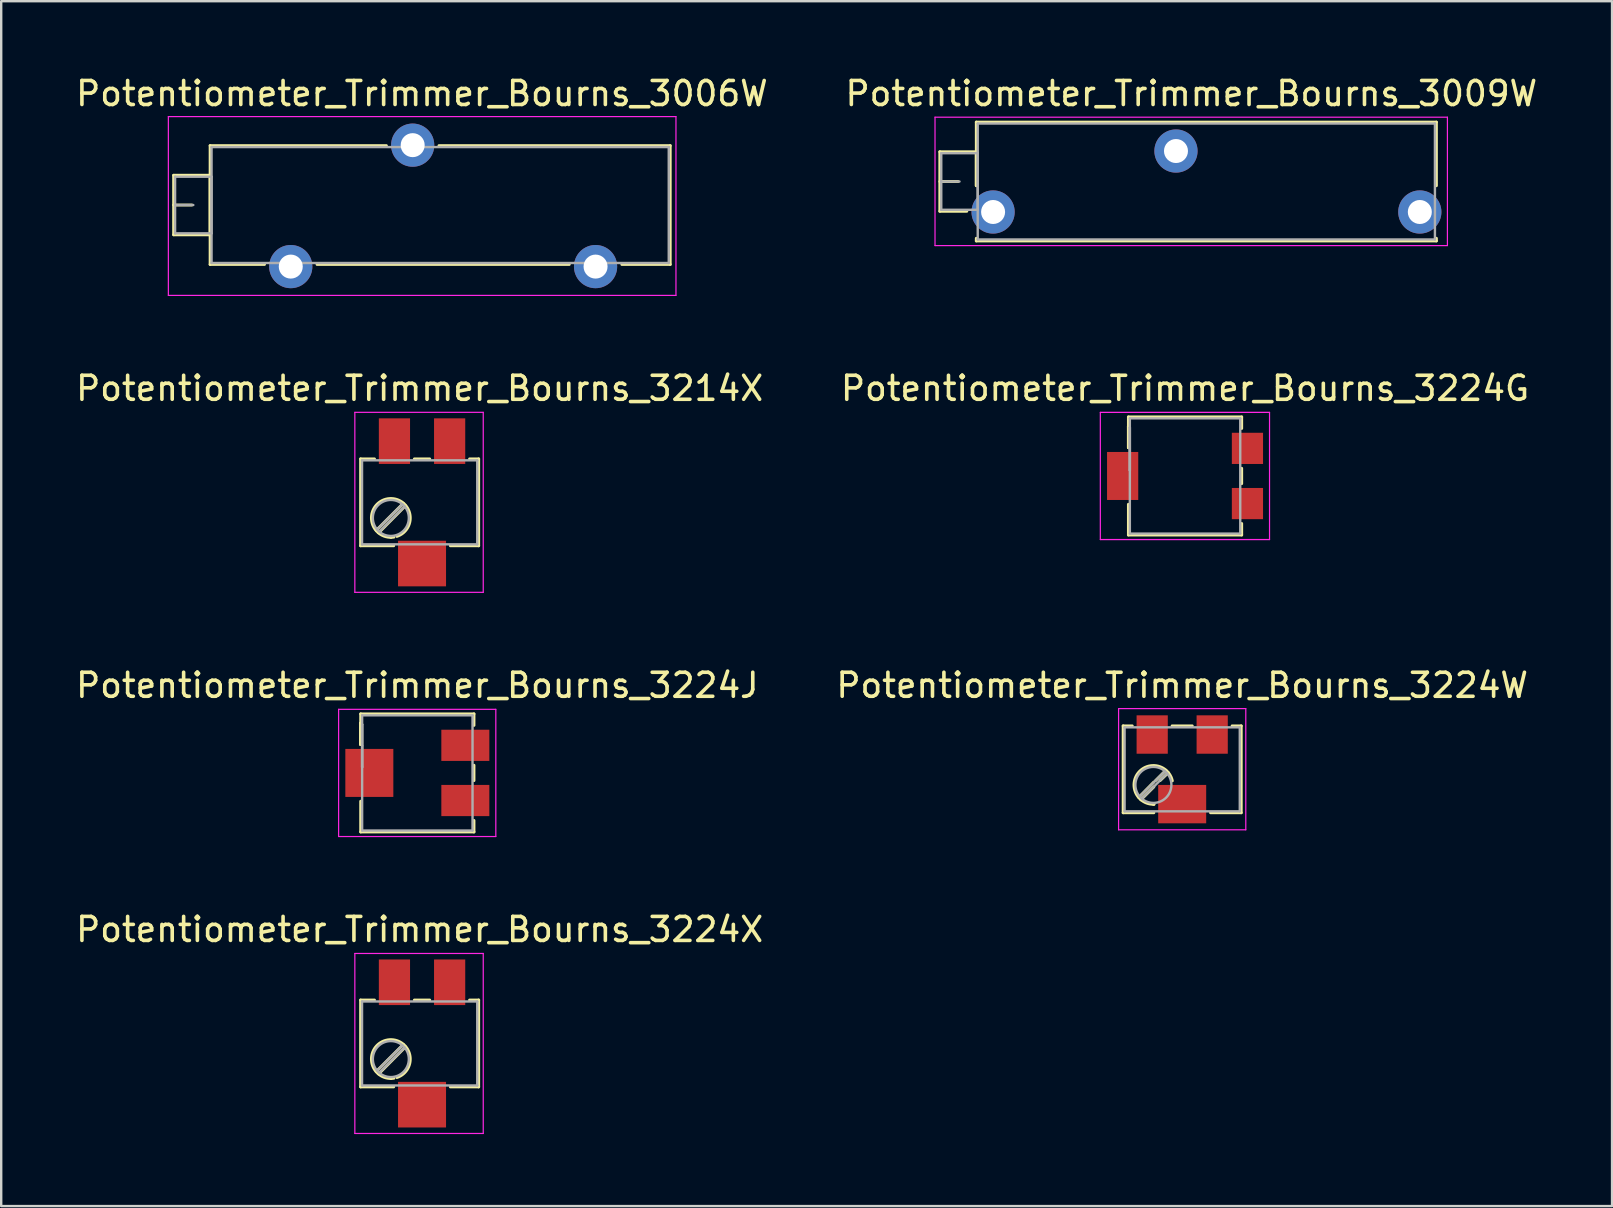
<source format=kicad_pcb>
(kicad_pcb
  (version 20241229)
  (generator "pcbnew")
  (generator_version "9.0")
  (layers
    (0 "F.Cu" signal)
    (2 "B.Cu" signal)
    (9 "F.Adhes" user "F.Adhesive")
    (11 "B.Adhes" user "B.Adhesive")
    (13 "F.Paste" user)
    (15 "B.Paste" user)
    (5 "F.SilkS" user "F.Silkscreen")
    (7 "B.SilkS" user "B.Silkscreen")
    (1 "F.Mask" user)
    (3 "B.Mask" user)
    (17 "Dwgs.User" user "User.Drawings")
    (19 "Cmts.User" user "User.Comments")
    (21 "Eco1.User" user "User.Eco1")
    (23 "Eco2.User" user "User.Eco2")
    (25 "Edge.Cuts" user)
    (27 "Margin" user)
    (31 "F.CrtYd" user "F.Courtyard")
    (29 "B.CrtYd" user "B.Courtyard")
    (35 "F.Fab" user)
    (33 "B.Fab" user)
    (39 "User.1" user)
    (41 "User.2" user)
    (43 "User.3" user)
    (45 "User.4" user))
  (footprint "Potentiometer_Trimmer_Bourns_3224G"
    (layer "F.Cu")
    (at 46.327 16.782)
    (property "Reference" "Potentiometer_Trimmer_Bourns_3224G" (at 0 -3.65 0) (layer "F.SilkS") (effects (font (size 1 1) (thickness 0.15))))
    (attr smd)
    (fp_line (start -2.36 -2.46) (end -2.36 -1.18) (stroke (width 0.12) (type solid)) (layer "F.SilkS"))
    (fp_line (start -2.36 -2.46) (end 2.36 -2.46) (stroke (width 0.12) (type solid)) (layer "F.SilkS"))
    (fp_line (start -2.36 -2.08) (end -2.36 -2.08) (stroke (width 0.12) (type solid)) (layer "F.SilkS"))
    (fp_line (start -2.36 -2.08) (end -2.36 -1.18) (stroke (width 0.12) (type solid)) (layer "F.SilkS"))
    (fp_line (start -2.36 -2.08) (end -2.36 -1.18) (stroke (width 0.12) (type solid)) (layer "F.SilkS"))
    (fp_line (start -2.36 1.18) (end -2.36 2.46) (stroke (width 0.12) (type solid)) (layer "F.SilkS"))
    (fp_line (start -2.36 2.46) (end 2.36 2.46) (stroke (width 0.12) (type solid)) (layer "F.SilkS"))
    (fp_line (start 2.36 -2.46) (end 2.36 -1.98) (stroke (width 0.12) (type solid)) (layer "F.SilkS"))
    (fp_line (start 2.36 -0.32) (end 2.36 0.32) (stroke (width 0.12) (type solid)) (layer "F.SilkS"))
    (fp_line (start 2.36 1.98) (end 2.36 2.46) (stroke (width 0.12) (type solid)) (layer "F.SilkS"))
    (fp_line (start -3.53 -2.65) (end -3.53 2.65) (stroke (width 0.05) (type solid)) (layer "F.CrtYd"))
    (fp_line (start -3.53 2.65) (end 3.52 2.65) (stroke (width 0.05) (type solid)) (layer "F.CrtYd"))
    (fp_line (start 3.52 -2.65) (end -3.53 -2.65) (stroke (width 0.05) (type solid)) (layer "F.CrtYd"))
    (fp_line (start 3.52 2.65) (end 3.52 -2.65) (stroke (width 0.05) (type solid)) (layer "F.CrtYd"))
    (fp_line (start -2.3 -2.4) (end -2.3 2.4) (stroke (width 0.1) (type solid)) (layer "F.Fab"))
    (fp_line (start -2.3 -2.02) (end -2.3 -2.02) (stroke (width 0.1) (type solid)) (layer "F.Fab"))
    (fp_line (start -2.3 -2.02) (end -2.3 -0.24) (stroke (width 0.1) (type solid)) (layer "F.Fab"))
    (fp_line (start -2.3 -1.13) (end -2.3 -1.13) (stroke (width 0.1) (type solid)) (layer "F.Fab"))
    (fp_line (start -2.3 -0.24) (end -2.3 -2.02) (stroke (width 0.1) (type solid)) (layer "F.Fab"))
    (fp_line (start -2.3 -0.24) (end -2.3 -0.24) (stroke (width 0.1) (type solid)) (layer "F.Fab"))
    (fp_line (start -2.3 2.4) (end 2.3 2.4) (stroke (width 0.1) (type solid)) (layer "F.Fab"))
    (fp_line (start 2.3 -2.4) (end -2.3 -2.4) (stroke (width 0.1) (type solid)) (layer "F.Fab"))
    (fp_line (start 2.3 2.4) (end 2.3 -2.4) (stroke (width 0.1) (type solid)) (layer "F.Fab"))
    (pad "1" smd rect (at 2.6 -1.15) (size 1.3 1.3) (layers "F.Cu" "F.Mask"))
    (pad "2" smd rect (at -2.6 0) (size 1.3 2) (layers "F.Cu" "F.Mask"))
    (pad "3" smd rect (at 2.6 1.15) (size 1.3 1.3) (layers "F.Cu" "F.Mask")))
  (footprint "Potentiometer_Trimmer_Bourns_3224X"
    (layer "F.Cu")
    (at 14.535 40.428)
    (property "Reference" "Potentiometer_Trimmer_Bourns_3224X" (at -0.1 -4.75 0) (layer "F.SilkS") (effects (font (size 1 1) (thickness 0.15))))
    (attr smd)
    (fp_line (start -2.56 -1.81) (end -2.56 1.81) (stroke (width 0.12) (type solid)) (layer "F.SilkS"))
    (fp_line (start -2.56 -1.81) (end -1.98 -1.81) (stroke (width 0.12) (type solid)) (layer "F.SilkS"))
    (fp_line (start -2.56 1.81) (end -1.18 1.81) (stroke (width 0.12) (type solid)) (layer "F.SilkS"))
    (fp_line (start -0.78 0.04) (end -1.91 1.17) (stroke (width 0.12) (type solid)) (layer "F.SilkS"))
    (fp_line (start -0.69 0.14) (end -1.81 1.27) (stroke (width 0.12) (type solid)) (layer "F.SilkS"))
    (fp_line (start -0.32 -1.81) (end 0.32 -1.81) (stroke (width 0.12) (type solid)) (layer "F.SilkS"))
    (fp_line (start 1.18 1.81) (end 2.36 1.81) (stroke (width 0.12) (type solid)) (layer "F.SilkS"))
    (fp_line (start 1.98 -1.81) (end 2.36 -1.81) (stroke (width 0.12) (type solid)) (layer "F.SilkS"))
    (fp_line (start 2.36 -1.81) (end 2.36 1.81) (stroke (width 0.12) (type solid)) (layer "F.SilkS"))
    (fp_arc (start -1.28605 1.459448) (mid -1.433441 -0.148495) (end -1.05 1.42) (stroke (width 0.12) (type solid)) (layer "F.SilkS"))
    (fp_arc (start -1.173288 1.450028) (mid -1.236448 1.457503) (end -1.3 1.46) (stroke (width 0.12) (type solid)) (layer "F.SilkS"))
    (fp_line (start -2.8 -3.75) (end -2.8 3.75) (stroke (width 0.05) (type solid)) (layer "F.CrtYd"))
    (fp_line (start -2.8 3.75) (end 2.55 3.75) (stroke (width 0.05) (type solid)) (layer "F.CrtYd"))
    (fp_line (start 2.55 -3.75) (end -2.8 -3.75) (stroke (width 0.05) (type solid)) (layer "F.CrtYd"))
    (fp_line (start 2.55 3.75) (end 2.55 -3.75) (stroke (width 0.05) (type solid)) (layer "F.CrtYd"))
    (fp_line (start -2.5 -1.75) (end -2.5 1.75) (stroke (width 0.1) (type solid)) (layer "F.Fab"))
    (fp_line (start -2.5 1.75) (end 2.3 1.75) (stroke (width 0.1) (type solid)) (layer "F.Fab"))
    (fp_line (start -0.82 0.08) (end -1.87 1.13) (stroke (width 0.1) (type solid)) (layer "F.Fab"))
    (fp_line (start -0.73 0.17) (end -1.78 1.22) (stroke (width 0.1) (type solid)) (layer "F.Fab"))
    (fp_line (start 2.3 -1.75) (end -2.5 -1.75) (stroke (width 0.1) (type solid)) (layer "F.Fab"))
    (fp_line (start 2.3 1.75) (end 2.3 -1.75) (stroke (width 0.1) (type solid)) (layer "F.Fab"))
    (fp_circle (center -1.3 0.65) (end -0.55 0.65) (stroke (width 0.1) (type solid)) (fill no) (layer "F.Fab"))
    (pad "1" smd rect (at 1.15 -2.55) (size 1.3 1.9) (layers "F.Cu" "F.Mask"))
    (pad "2" smd rect (at 0 2.55) (size 2 1.9) (layers "F.Cu" "F.Mask"))
    (pad "3" smd rect (at -1.15 -2.55) (size 1.3 1.9) (layers "F.Cu" "F.Mask")))
  (footprint "Potentiometer_Trimmer_Bourns_3224W"
    (layer "F.Cu")
    (at 46.208 29.005)
    (property "Reference" "Potentiometer_Trimmer_Bourns_3224W" (at 0 -3.5 0) (layer "F.SilkS") (effects (font (size 1 1) (thickness 0.15))))
    (attr smd)
    (fp_line (start -2.46 -1.81) (end -2.46 1.81) (stroke (width 0.12) (type solid)) (layer "F.SilkS"))
    (fp_line (start -2.46 -1.81) (end -2.08 -1.81) (stroke (width 0.12) (type solid)) (layer "F.SilkS"))
    (fp_line (start -2.46 1.81) (end -1.18 1.81) (stroke (width 0.12) (type solid)) (layer "F.SilkS"))
    (fp_line (start -1.18 0.53) (end -1.81 1.17) (stroke (width 0.12) (type solid)) (layer "F.SilkS"))
    (fp_line (start -1.18 0.73) (end -1.72 1.27) (stroke (width 0.12) (type solid)) (layer "F.SilkS"))
    (fp_line (start -0.68 0.04) (end -1.11 0.47) (stroke (width 0.12) (type solid)) (layer "F.SilkS"))
    (fp_line (start -0.58 0.14) (end -0.92 0.47) (stroke (width 0.12) (type solid)) (layer "F.SilkS"))
    (fp_line (start -0.42 -1.81) (end 0.42 -1.81) (stroke (width 0.12) (type solid)) (layer "F.SilkS"))
    (fp_line (start 1.18 1.81) (end 2.46 1.81) (stroke (width 0.12) (type solid)) (layer "F.SilkS"))
    (fp_line (start 2.08 -1.81) (end 2.46 -1.81) (stroke (width 0.12) (type solid)) (layer "F.SilkS"))
    (fp_line (start 2.46 -1.81) (end 2.46 1.81) (stroke (width 0.12) (type solid)) (layer "F.SilkS"))
    (fp_arc (start -1.183862 1.457923) (mid -1.833678 0.14855) (end -0.41 0.48) (stroke (width 0.12) (type solid)) (layer "F.SilkS"))
    (fp_arc (start -1.171731 1.459507) (mid -1.185863 1.459877) (end -1.2 1.46) (stroke (width 0.12) (type solid)) (layer "F.SilkS"))
    (fp_line (start -2.65 -2.53) (end -2.65 2.52) (stroke (width 0.05) (type solid)) (layer "F.CrtYd"))
    (fp_line (start -2.65 2.52) (end 2.65 2.52) (stroke (width 0.05) (type solid)) (layer "F.CrtYd"))
    (fp_line (start 2.65 -2.53) (end -2.65 -2.53) (stroke (width 0.05) (type solid)) (layer "F.CrtYd"))
    (fp_line (start 2.65 2.52) (end 2.65 -2.53) (stroke (width 0.05) (type solid)) (layer "F.CrtYd"))
    (fp_line (start -2.4 -1.75) (end -2.4 1.75) (stroke (width 0.1) (type solid)) (layer "F.Fab"))
    (fp_line (start -2.4 1.75) (end 2.4 1.75) (stroke (width 0.1) (type solid)) (layer "F.Fab"))
    (fp_line (start -0.72 0.08) (end -1.77 1.13) (stroke (width 0.1) (type solid)) (layer "F.Fab"))
    (fp_line (start -0.63 0.17) (end -1.68 1.22) (stroke (width 0.1) (type solid)) (layer "F.Fab"))
    (fp_line (start 2.4 -1.75) (end -2.4 -1.75) (stroke (width 0.1) (type solid)) (layer "F.Fab"))
    (fp_line (start 2.4 1.75) (end 2.4 -1.75) (stroke (width 0.1) (type solid)) (layer "F.Fab"))
    (fp_circle (center -1.2 0.65) (end -0.45 0.65) (stroke (width 0.1) (type solid)) (fill no) (layer "F.Fab"))
    (pad "1" smd rect (at 1.25 -1.45) (size 1.3 1.6) (layers "F.Cu" "F.Mask"))
    (pad "2" smd rect (at 0 1.45) (size 2 1.6) (layers "F.Cu" "F.Mask"))
    (pad "3" smd rect (at -1.25 -1.45) (size 1.3 1.6) (layers "F.Cu" "F.Mask")))
  (footprint "Potentiometer_Trimmer_Bourns_3009W"
    (layer "F.Cu")
    (at 56.109 5.783)
    (property "Reference" "Potentiometer_Trimmer_Bourns_3009W" (at -9.52 -4.935 0) (layer "F.SilkS") (effects (font (size 1 1) (thickness 0.15))))
    (attr through_hole)
    (fp_line (start -20 -2.51) (end -20 -0.03) (stroke (width 0.12) (type solid)) (layer "F.SilkS"))
    (fp_line (start -20 -2.51) (end -18.481 -2.51) (stroke (width 0.12) (type solid)) (layer "F.SilkS"))
    (fp_line (start -20 -1.27) (end -19.24 -1.27) (stroke (width 0.12) (type solid)) (layer "F.SilkS"))
    (fp_line (start -20 -0.03) (end -18.875 -0.03) (stroke (width 0.12) (type solid)) (layer "F.SilkS"))
    (fp_line (start -18.481 -2.51) (end -18.481 -1.095) (stroke (width 0.12) (type solid)) (layer "F.SilkS"))
    (fp_line (start -18.48 -3.745) (end -18.48 -1.095) (stroke (width 0.12) (type solid)) (layer "F.SilkS"))
    (fp_line (start -18.48 -3.745) (end 0.691 -3.745) (stroke (width 0.12) (type solid)) (layer "F.SilkS"))
    (fp_line (start -18.48 1.095) (end -18.48 1.206) (stroke (width 0.12) (type solid)) (layer "F.SilkS"))
    (fp_line (start -18.48 1.206) (end 0.691 1.206) (stroke (width 0.12) (type solid)) (layer "F.SilkS"))
    (fp_line (start 0.691 -3.745) (end 0.691 -1.095) (stroke (width 0.12) (type solid)) (layer "F.SilkS"))
    (fp_line (start 0.691 1.095) (end 0.691 1.206) (stroke (width 0.12) (type solid)) (layer "F.SilkS"))
    (fp_line (start -20.2 -3.95) (end -20.2 1.4) (stroke (width 0.05) (type solid)) (layer "F.CrtYd"))
    (fp_line (start -20.2 1.4) (end 1.15 1.4) (stroke (width 0.05) (type solid)) (layer "F.CrtYd"))
    (fp_line (start 1.15 -3.95) (end -20.2 -3.95) (stroke (width 0.05) (type solid)) (layer "F.CrtYd"))
    (fp_line (start 1.15 1.4) (end 1.15 -3.95) (stroke (width 0.05) (type solid)) (layer "F.CrtYd"))
    (fp_line (start -19.94 -2.45) (end -19.94 -0.09) (stroke (width 0.1) (type solid)) (layer "F.Fab"))
    (fp_line (start -19.94 -1.27) (end -19.18 -1.27) (stroke (width 0.1) (type solid)) (layer "F.Fab"))
    (fp_line (start -19.94 -0.09) (end -18.42 -0.09) (stroke (width 0.1) (type solid)) (layer "F.Fab"))
    (fp_line (start -18.42 -3.685) (end -18.42 1.145) (stroke (width 0.1) (type solid)) (layer "F.Fab"))
    (fp_line (start -18.42 -2.45) (end -19.94 -2.45) (stroke (width 0.1) (type solid)) (layer "F.Fab"))
    (fp_line (start -18.42 -0.09) (end -18.42 -2.45) (stroke (width 0.1) (type solid)) (layer "F.Fab"))
    (fp_line (start -18.42 1.145) (end 0.63 1.145) (stroke (width 0.1) (type solid)) (layer "F.Fab"))
    (fp_line (start 0.63 -3.685) (end -18.42 -3.685) (stroke (width 0.1) (type solid)) (layer "F.Fab"))
    (fp_line (start 0.63 1.145) (end 0.63 -3.685) (stroke (width 0.1) (type solid)) (layer "F.Fab"))
    (pad "1" thru_hole circle (at 0 0) (size 1.8 1.8) (drill 1) (layers "*.Cu" "*.Mask"))
    (pad "2" thru_hole circle (at -10.16 -2.54) (size 1.8 1.8) (drill 1) (layers "*.Cu" "*.Mask"))
    (pad "3" thru_hole circle (at -17.78 0) (size 1.8 1.8) (drill 1) (layers "*.Cu" "*.Mask")))
  (footprint "Potentiometer_Trimmer_Bourns_3214X"
    (layer "F.Cu")
    (at 14.535 17.881)
    (property "Reference" "Potentiometer_Trimmer_Bourns_3214X" (at -0.1 -4.75 0) (layer "F.SilkS") (effects (font (size 1 1) (thickness 0.15))))
    (attr smd)
    (fp_line (start -2.56 -1.81) (end -2.56 1.81) (stroke (width 0.12) (type solid)) (layer "F.SilkS"))
    (fp_line (start -2.56 -1.81) (end -1.98 -1.81) (stroke (width 0.12) (type solid)) (layer "F.SilkS"))
    (fp_line (start -2.56 1.81) (end -1.18 1.81) (stroke (width 0.12) (type solid)) (layer "F.SilkS"))
    (fp_line (start -0.78 0.04) (end -1.91 1.17) (stroke (width 0.12) (type solid)) (layer "F.SilkS"))
    (fp_line (start -0.69 0.14) (end -1.81 1.27) (stroke (width 0.12) (type solid)) (layer "F.SilkS"))
    (fp_line (start -0.32 -1.81) (end 0.32 -1.81) (stroke (width 0.12) (type solid)) (layer "F.SilkS"))
    (fp_line (start 1.18 1.81) (end 2.36 1.81) (stroke (width 0.12) (type solid)) (layer "F.SilkS"))
    (fp_line (start 1.98 -1.81) (end 2.36 -1.81) (stroke (width 0.12) (type solid)) (layer "F.SilkS"))
    (fp_line (start 2.36 -1.81) (end 2.36 1.81) (stroke (width 0.12) (type solid)) (layer "F.SilkS"))
    (fp_arc (start -1.28605 1.459448) (mid -1.433441 -0.148495) (end -1.05 1.42) (stroke (width 0.12) (type solid)) (layer "F.SilkS"))
    (fp_arc (start -1.173288 1.450028) (mid -1.236448 1.457503) (end -1.3 1.46) (stroke (width 0.12) (type solid)) (layer "F.SilkS"))
    (fp_line (start -2.8 -3.75) (end -2.8 3.75) (stroke (width 0.05) (type solid)) (layer "F.CrtYd"))
    (fp_line (start -2.8 3.75) (end 2.55 3.75) (stroke (width 0.05) (type solid)) (layer "F.CrtYd"))
    (fp_line (start 2.55 -3.75) (end -2.8 -3.75) (stroke (width 0.05) (type solid)) (layer "F.CrtYd"))
    (fp_line (start 2.55 3.75) (end 2.55 -3.75) (stroke (width 0.05) (type solid)) (layer "F.CrtYd"))
    (fp_line (start -2.5 -1.75) (end -2.5 1.75) (stroke (width 0.1) (type solid)) (layer "F.Fab"))
    (fp_line (start -2.5 1.75) (end 2.3 1.75) (stroke (width 0.1) (type solid)) (layer "F.Fab"))
    (fp_line (start -0.82 0.08) (end -1.87 1.13) (stroke (width 0.1) (type solid)) (layer "F.Fab"))
    (fp_line (start -0.73 0.17) (end -1.78 1.22) (stroke (width 0.1) (type solid)) (layer "F.Fab"))
    (fp_line (start 2.3 -1.75) (end -2.5 -1.75) (stroke (width 0.1) (type solid)) (layer "F.Fab"))
    (fp_line (start 2.3 1.75) (end 2.3 -1.75) (stroke (width 0.1) (type solid)) (layer "F.Fab"))
    (fp_circle (center -1.3 0.65) (end -0.55 0.65) (stroke (width 0.1) (type solid)) (fill no) (layer "F.Fab"))
    (pad "1" smd rect (at 1.15 -2.55) (size 1.3 1.9) (layers "F.Cu" "F.Mask"))
    (pad "2" smd rect (at 0 2.55) (size 2 1.9) (layers "F.Cu" "F.Mask"))
    (pad "3" smd rect (at -1.15 -2.55) (size 1.3 1.9) (layers "F.Cu" "F.Mask")))
  (footprint "Potentiometer_Trimmer_Bourns_3224J"
    (layer "F.Cu")
    (at 14.339 29.155)
    (property "Reference" "Potentiometer_Trimmer_Bourns_3224J" (at 0 -3.65 0) (layer "F.SilkS") (effects (font (size 1 1) (thickness 0.15))))
    (attr smd)
    (fp_line (start -2.36 -2.46) (end -2.36 -1.18) (stroke (width 0.12) (type solid)) (layer "F.SilkS"))
    (fp_line (start -2.36 -2.46) (end 2.36 -2.46) (stroke (width 0.12) (type solid)) (layer "F.SilkS"))
    (fp_line (start -2.36 -2.08) (end -2.36 -2.08) (stroke (width 0.12) (type solid)) (layer "F.SilkS"))
    (fp_line (start -2.36 -2.08) (end -2.36 -1.18) (stroke (width 0.12) (type solid)) (layer "F.SilkS"))
    (fp_line (start -2.36 -2.08) (end -2.36 -1.18) (stroke (width 0.12) (type solid)) (layer "F.SilkS"))
    (fp_line (start -2.36 1.18) (end -2.36 2.46) (stroke (width 0.12) (type solid)) (layer "F.SilkS"))
    (fp_line (start -2.36 2.46) (end 2.36 2.46) (stroke (width 0.12) (type solid)) (layer "F.SilkS"))
    (fp_line (start 2.36 -2.46) (end 2.36 -1.98) (stroke (width 0.12) (type solid)) (layer "F.SilkS"))
    (fp_line (start 2.36 -0.32) (end 2.36 0.32) (stroke (width 0.12) (type solid)) (layer "F.SilkS"))
    (fp_line (start 2.36 1.98) (end 2.36 2.46) (stroke (width 0.12) (type solid)) (layer "F.SilkS"))
    (fp_line (start -3.28 -2.65) (end -3.28 2.65) (stroke (width 0.05) (type solid)) (layer "F.CrtYd"))
    (fp_line (start -3.28 2.65) (end 3.27 2.65) (stroke (width 0.05) (type solid)) (layer "F.CrtYd"))
    (fp_line (start 3.27 -2.65) (end -3.28 -2.65) (stroke (width 0.05) (type solid)) (layer "F.CrtYd"))
    (fp_line (start 3.27 2.65) (end 3.27 -2.65) (stroke (width 0.05) (type solid)) (layer "F.CrtYd"))
    (fp_line (start -2.3 -2.4) (end -2.3 2.4) (stroke (width 0.1) (type solid)) (layer "F.Fab"))
    (fp_line (start -2.3 -2.02) (end -2.3 -2.02) (stroke (width 0.1) (type solid)) (layer "F.Fab"))
    (fp_line (start -2.3 -2.02) (end -2.3 -0.24) (stroke (width 0.1) (type solid)) (layer "F.Fab"))
    (fp_line (start -2.3 -1.13) (end -2.3 -1.13) (stroke (width 0.1) (type solid)) (layer "F.Fab"))
    (fp_line (start -2.3 -0.24) (end -2.3 -2.02) (stroke (width 0.1) (type solid)) (layer "F.Fab"))
    (fp_line (start -2.3 -0.24) (end -2.3 -0.24) (stroke (width 0.1) (type solid)) (layer "F.Fab"))
    (fp_line (start -2.3 2.4) (end 2.3 2.4) (stroke (width 0.1) (type solid)) (layer "F.Fab"))
    (fp_line (start 2.3 -2.4) (end -2.3 -2.4) (stroke (width 0.1) (type solid)) (layer "F.Fab"))
    (fp_line (start 2.3 2.4) (end 2.3 -2.4) (stroke (width 0.1) (type solid)) (layer "F.Fab"))
    (pad "1" smd rect (at 2 -1.15) (size 2 1.3) (layers "F.Cu" "F.Mask"))
    (pad "2" smd rect (at -2 0) (size 2 2) (layers "F.Cu" "F.Mask"))
    (pad "3" smd rect (at 2 1.15) (size 2 1.3) (layers "F.Cu" "F.Mask")))
  (footprint "Potentiometer_Trimmer_Bourns_3006W"
    (layer "F.Cu")
    (at 21.765 8.058)
    (property "Reference" "Potentiometer_Trimmer_Bourns_3006W" (at -7.235 -7.21 0) (layer "F.SilkS") (effects (font (size 1 1) (thickness 0.15))))
    (attr through_hole)
    (fp_line (start -17.58 -3.805) (end -17.58 -1.325) (stroke (width 0.12) (type solid)) (layer "F.SilkS"))
    (fp_line (start -17.58 -3.805) (end -16.061 -3.805) (stroke (width 0.12) (type solid)) (layer "F.SilkS"))
    (fp_line (start -17.58 -2.565) (end -16.82 -2.565) (stroke (width 0.12) (type solid)) (layer "F.SilkS"))
    (fp_line (start -17.58 -1.325) (end -16.061 -1.325) (stroke (width 0.12) (type solid)) (layer "F.SilkS"))
    (fp_line (start -16.061 -3.805) (end -16.061 -1.325) (stroke (width 0.12) (type solid)) (layer "F.SilkS"))
    (fp_line (start -16.06 -5.04) (end -16.06 -0.089) (stroke (width 0.12) (type solid)) (layer "F.SilkS"))
    (fp_line (start -16.06 -5.04) (end -8.715 -5.04) (stroke (width 0.12) (type solid)) (layer "F.SilkS"))
    (fp_line (start -16.06 -0.089) (end -13.794 -0.089) (stroke (width 0.12) (type solid)) (layer "F.SilkS"))
    (fp_line (start -11.605 -0.089) (end -1.095 -0.089) (stroke (width 0.12) (type solid)) (layer "F.SilkS"))
    (fp_line (start -6.525 -5.04) (end 3.111 -5.04) (stroke (width 0.12) (type solid)) (layer "F.SilkS"))
    (fp_line (start 1.095 -0.089) (end 3.111 -0.089) (stroke (width 0.12) (type solid)) (layer "F.SilkS"))
    (fp_line (start 3.111 -5.04) (end 3.111 -0.089) (stroke (width 0.12) (type solid)) (layer "F.SilkS"))
    (fp_line (start -17.8 -6.25) (end -17.8 1.2) (stroke (width 0.05) (type solid)) (layer "F.CrtYd"))
    (fp_line (start -17.8 1.2) (end 3.35 1.2) (stroke (width 0.05) (type solid)) (layer "F.CrtYd"))
    (fp_line (start 3.35 -6.25) (end -17.8 -6.25) (stroke (width 0.05) (type solid)) (layer "F.CrtYd"))
    (fp_line (start 3.35 1.2) (end 3.35 -6.25) (stroke (width 0.05) (type solid)) (layer "F.CrtYd"))
    (fp_line (start -17.52 -3.745) (end -17.52 -1.385) (stroke (width 0.1) (type solid)) (layer "F.Fab"))
    (fp_line (start -17.52 -2.565) (end -16.76 -2.565) (stroke (width 0.1) (type solid)) (layer "F.Fab"))
    (fp_line (start -17.52 -1.385) (end -16 -1.385) (stroke (width 0.1) (type solid)) (layer "F.Fab"))
    (fp_line (start -16 -4.98) (end -16 -0.15) (stroke (width 0.1) (type solid)) (layer "F.Fab"))
    (fp_line (start -16 -3.745) (end -17.52 -3.745) (stroke (width 0.1) (type solid)) (layer "F.Fab"))
    (fp_line (start -16 -1.385) (end -16 -3.745) (stroke (width 0.1) (type solid)) (layer "F.Fab"))
    (fp_line (start -16 -0.15) (end 3.05 -0.15) (stroke (width 0.1) (type solid)) (layer "F.Fab"))
    (fp_line (start 3.05 -4.98) (end -16 -4.98) (stroke (width 0.1) (type solid)) (layer "F.Fab"))
    (fp_line (start 3.05 -0.15) (end 3.05 -4.98) (stroke (width 0.1) (type solid)) (layer "F.Fab"))
    (pad "1" thru_hole circle (at 0 0) (size 1.8 1.8) (drill 1) (layers "*.Cu" "*.Mask"))
    (pad "2" thru_hole circle (at -7.62 -5.06) (size 1.8 1.8) (drill 1) (layers "*.Cu" "*.Mask"))
    (pad "3" thru_hole circle (at -12.7 0) (size 1.8 1.8) (drill 1) (layers "*.Cu" "*.Mask")))
  (gr_rect
    (start -3 -3)
    (end 64.119 47.203)
    (stroke (width 0.1) (type default))
    (fill no)
    (layer "Edge.Cuts")))
</source>
